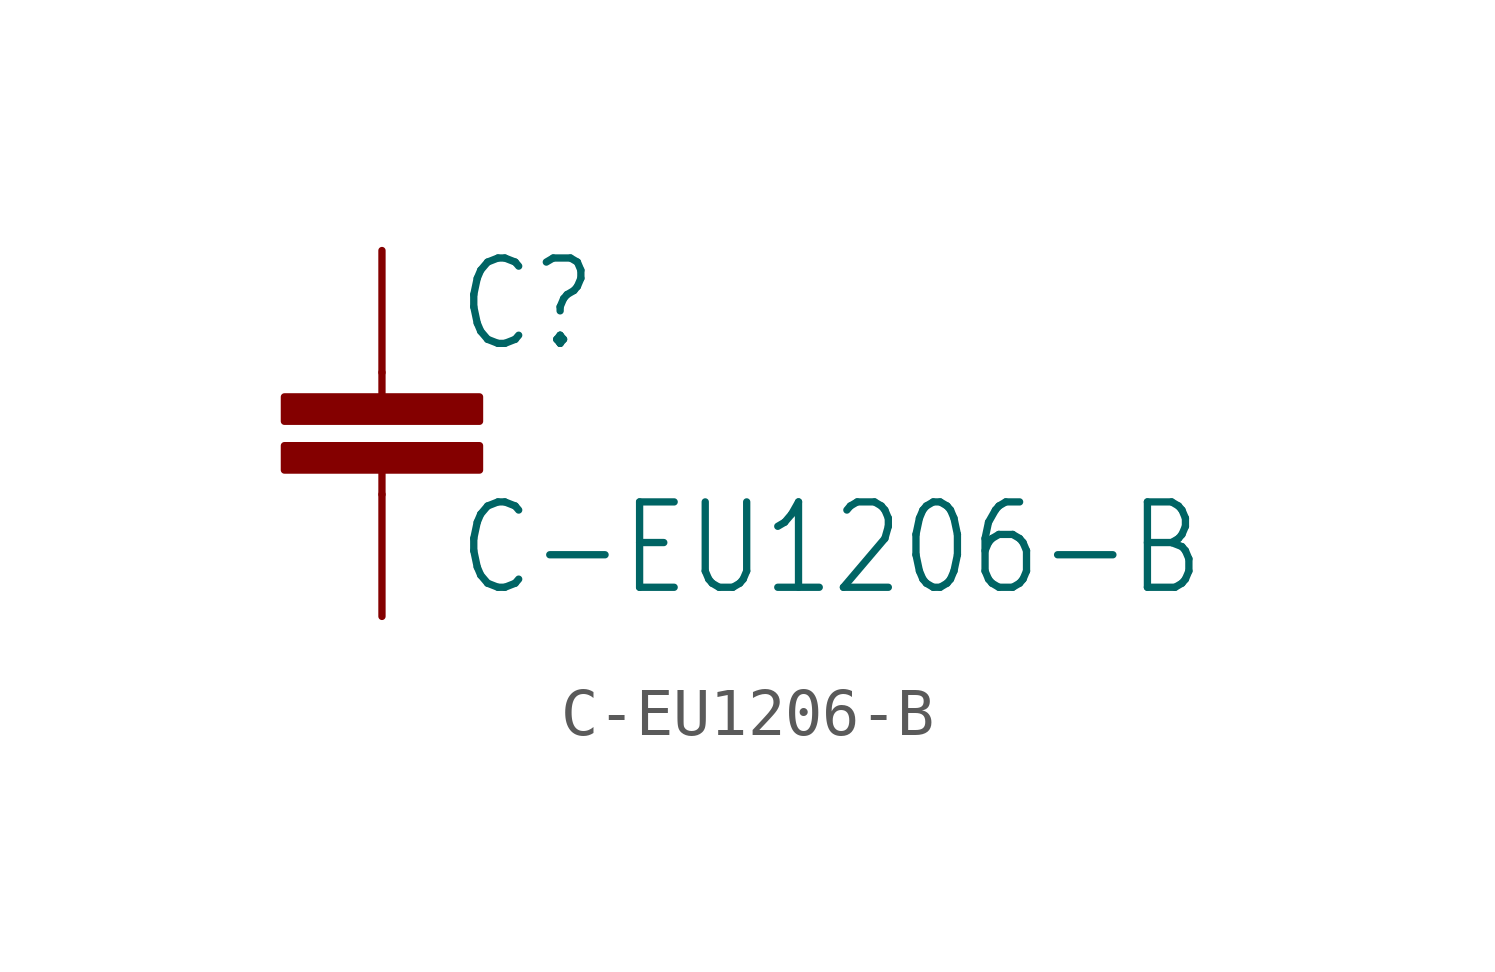
<source format=kicad_sym>
(kicad_symbol_lib
  (version 20211014)
  (generator kicad_symbol_editor)
  (symbol "C-EU1206-B"
    (property "Reference" "C"
      (at 1.524 0.381 0)
      (effects (font (size 1.778 1.511)) (justify left bottom)))
    (property "Value" "C-EU1206-B"
      (at 1.524 -4.699 0)
      (effects (font (size 1.778 1.511)) (justify left bottom)))
    (property "ki_locked" ""
      (at 0 0 0)
      (effects (font (size 1.27 1.27))))
    (symbol "C-EU1206-B_1_0"
      (rectangle (start -2.032 -2.032) (end 2.032 -1.524) (stroke (width 0) (type default) (color 0 0 0 0)) (fill (type outline)))
      (rectangle (start -2.032 -1.016) (end 2.032 -0.508) (stroke (width 0) (type default) (color 0 0 0 0)) (fill (type outline)))
      (polyline (pts (xy 0 -2.54) (xy 0 -2.032)) (stroke (width 0.152) (type default) (color 0 0 0 0)) (fill (type none)))
      (polyline (pts (xy 0 0) (xy 0 -0.508)) (stroke (width 0.152) (type default) (color 0 0 0 0)) (fill (type none)))
      (pin passive line (at 0 2.54 270) (length 2.54) (name "1" (effects (font (size 0 0)))) (number "1" (effects (font (size 0 0)))))
      (pin passive line (at 0 -5.08 90) (length 2.54) (name "2" (effects (font (size 0 0)))) (number "2" (effects (font (size 0 0))))))))
</source>
